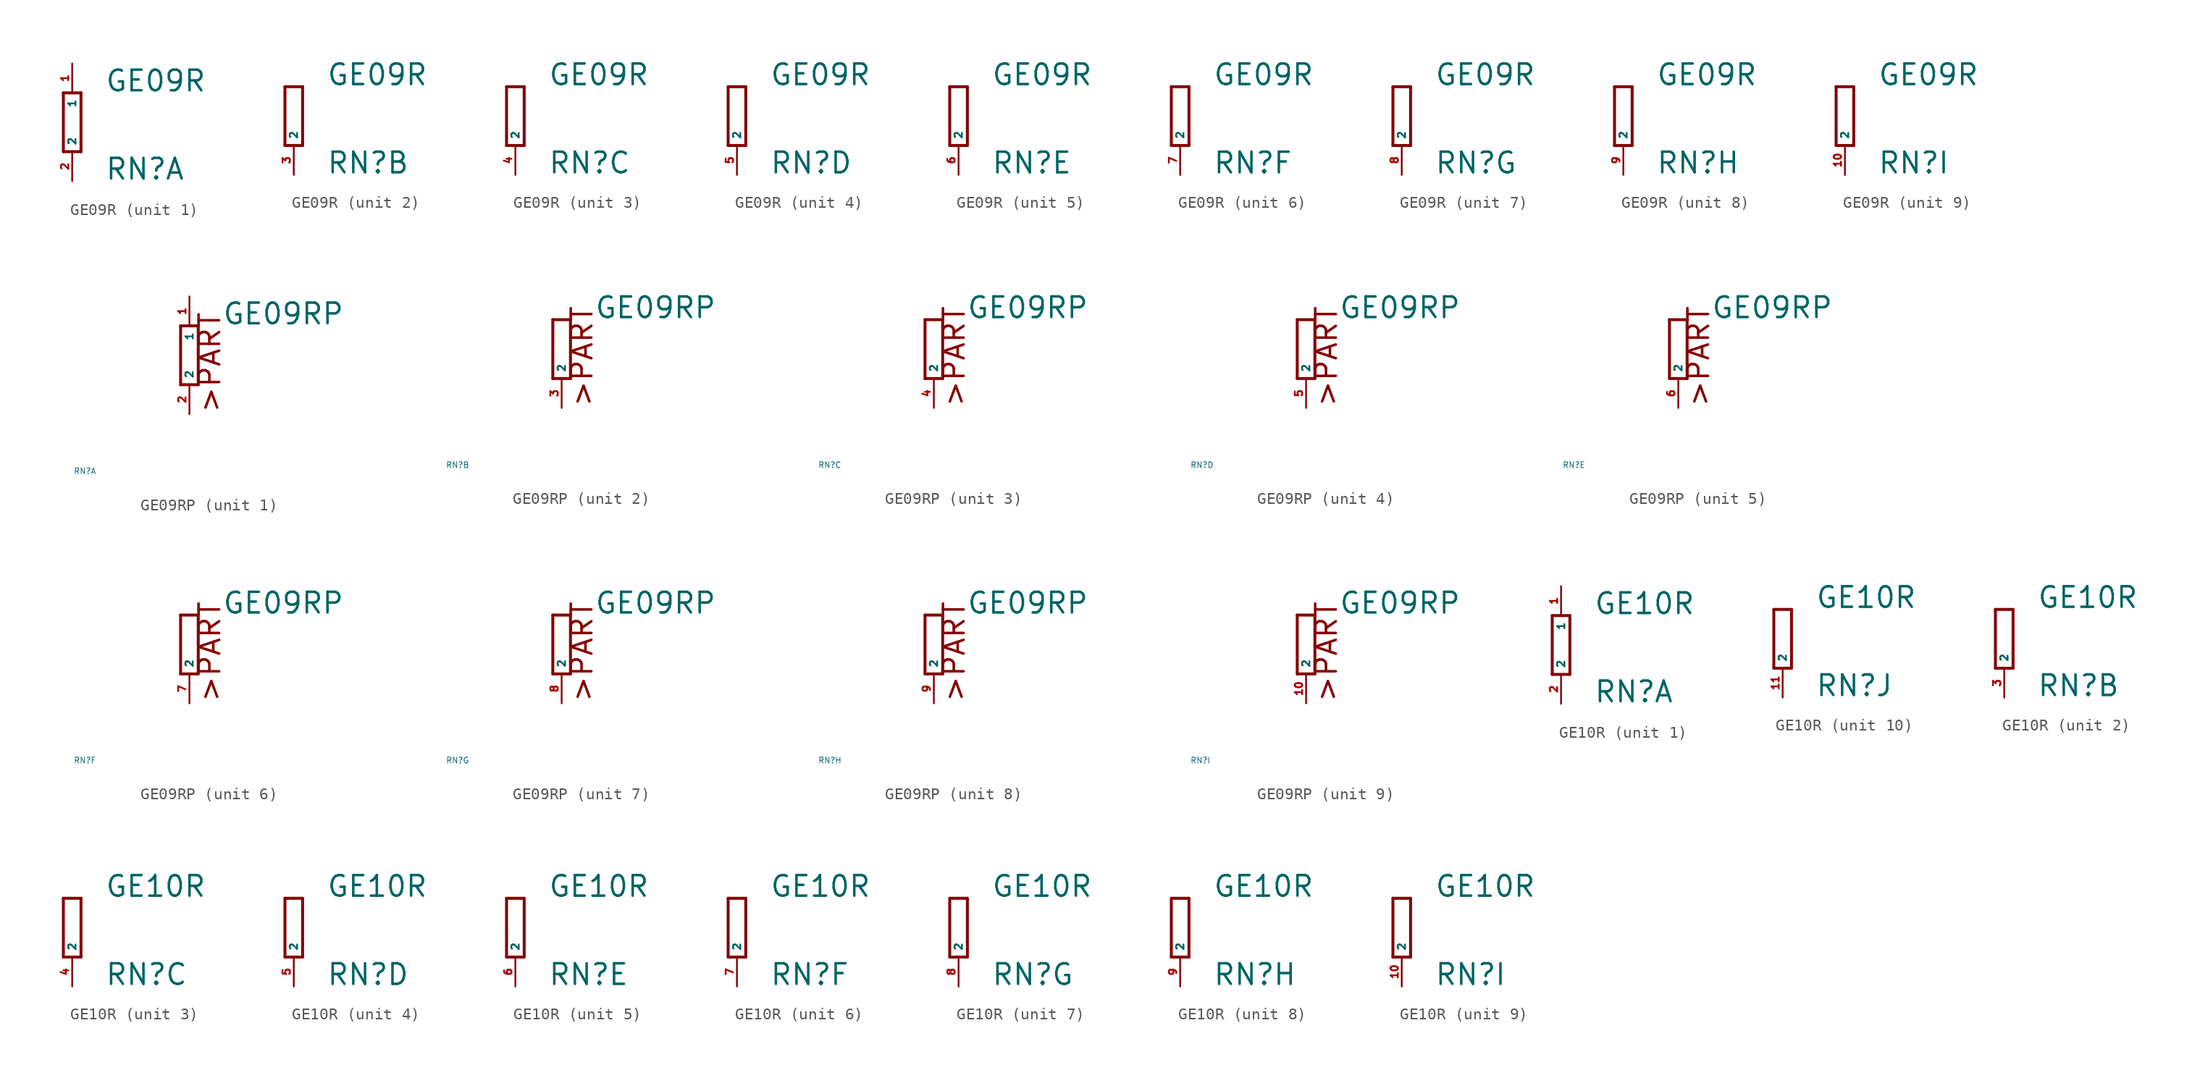
<source format=kicad_sym>
(kicad_symbol_lib
  (version 20220914)
  (generator Eagle2Kicad)
  (symbol "GE09R"
    (property "Reference" "RN"
      (at 2.794 -5.08 0)
      (effects (font (size 1.778 1.778) (thickness 0.22)) (justify left bottom)))
    (property "Value" "GE09R"
      (at 2.794 2.54 0)
      (effects (font (size 1.778 1.778) (thickness 0.22)) (justify left bottom)))
    (symbol "GE09R_1_0"
      (polyline (pts (xy 0.762 -2.54) (xy 0.762 2.54)) (stroke (width 0.254) (type default)) (fill (type none)))
      (polyline (pts (xy -0.762 2.54) (xy -0.762 -2.54)) (stroke (width 0.254) (type default)) (fill (type none)))
      (polyline (pts (xy 0.762 2.54) (xy -0.762 2.54)) (stroke (width 0.254) (type default)) (fill (type none)))
      (polyline (pts (xy -0.762 -2.54) (xy 0.762 -2.54)) (stroke (width 0.254) (type default)) (fill (type none)))
      (pin passive line (at 0 5.08 270) (length 2.54) (name "1" (effects (font (size 0.635 0.635) (thickness 0.08)) (justify left bottom))) (number "1" (effects (font (size 0.635 0.635) (thickness 0.08)) (justify left bottom))))
      (pin passive line (at 0 -5.08 90) (length 2.54) (name "2" (effects (font (size 0.635 0.635) (thickness 0.08)) (justify left bottom))) (number "2" (effects (font (size 0.635 0.635) (thickness 0.08)) (justify left bottom)))))
    (symbol "GE09R_2_0"
      (polyline (pts (xy -0.762 2.54) (xy -0.762 -2.54)) (stroke (width 0.254) (type default)) (fill (type none)))
      (polyline (pts (xy 0.762 -2.54) (xy 0.762 2.54)) (stroke (width 0.254) (type default)) (fill (type none)))
      (polyline (pts (xy -0.762 -2.54) (xy 0.762 -2.54)) (stroke (width 0.254) (type default)) (fill (type none)))
      (polyline (pts (xy 0.762 2.54) (xy -0.762 2.54)) (stroke (width 0.254) (type default)) (fill (type none)))
      (pin passive line (at 0 -5.08 90) (length 2.54) (name "2" (effects (font (size 0.635 0.635) (thickness 0.08)) (justify left bottom))) (number "3" (effects (font (size 0.635 0.635) (thickness 0.08)) (justify left bottom)))))
    (symbol "GE09R_3_0"
      (polyline (pts (xy -0.762 2.54) (xy -0.762 -2.54)) (stroke (width 0.254) (type default)) (fill (type none)))
      (polyline (pts (xy 0.762 -2.54) (xy 0.762 2.54)) (stroke (width 0.254) (type default)) (fill (type none)))
      (polyline (pts (xy -0.762 -2.54) (xy 0.762 -2.54)) (stroke (width 0.254) (type default)) (fill (type none)))
      (polyline (pts (xy 0.762 2.54) (xy -0.762 2.54)) (stroke (width 0.254) (type default)) (fill (type none)))
      (pin passive line (at 0 -5.08 90) (length 2.54) (name "2" (effects (font (size 0.635 0.635) (thickness 0.08)) (justify left bottom))) (number "4" (effects (font (size 0.635 0.635) (thickness 0.08)) (justify left bottom)))))
    (symbol "GE09R_4_0"
      (polyline (pts (xy -0.762 2.54) (xy -0.762 -2.54)) (stroke (width 0.254) (type default)) (fill (type none)))
      (polyline (pts (xy 0.762 -2.54) (xy 0.762 2.54)) (stroke (width 0.254) (type default)) (fill (type none)))
      (polyline (pts (xy -0.762 -2.54) (xy 0.762 -2.54)) (stroke (width 0.254) (type default)) (fill (type none)))
      (polyline (pts (xy 0.762 2.54) (xy -0.762 2.54)) (stroke (width 0.254) (type default)) (fill (type none)))
      (pin passive line (at 0 -5.08 90) (length 2.54) (name "2" (effects (font (size 0.635 0.635) (thickness 0.08)) (justify left bottom))) (number "5" (effects (font (size 0.635 0.635) (thickness 0.08)) (justify left bottom)))))
    (symbol "GE09R_5_0"
      (polyline (pts (xy -0.762 2.54) (xy -0.762 -2.54)) (stroke (width 0.254) (type default)) (fill (type none)))
      (polyline (pts (xy 0.762 -2.54) (xy 0.762 2.54)) (stroke (width 0.254) (type default)) (fill (type none)))
      (polyline (pts (xy -0.762 -2.54) (xy 0.762 -2.54)) (stroke (width 0.254) (type default)) (fill (type none)))
      (polyline (pts (xy 0.762 2.54) (xy -0.762 2.54)) (stroke (width 0.254) (type default)) (fill (type none)))
      (pin passive line (at 0 -5.08 90) (length 2.54) (name "2" (effects (font (size 0.635 0.635) (thickness 0.08)) (justify left bottom))) (number "6" (effects (font (size 0.635 0.635) (thickness 0.08)) (justify left bottom)))))
    (symbol "GE09R_6_0"
      (polyline (pts (xy -0.762 2.54) (xy -0.762 -2.54)) (stroke (width 0.254) (type default)) (fill (type none)))
      (polyline (pts (xy 0.762 -2.54) (xy 0.762 2.54)) (stroke (width 0.254) (type default)) (fill (type none)))
      (polyline (pts (xy -0.762 -2.54) (xy 0.762 -2.54)) (stroke (width 0.254) (type default)) (fill (type none)))
      (polyline (pts (xy 0.762 2.54) (xy -0.762 2.54)) (stroke (width 0.254) (type default)) (fill (type none)))
      (pin passive line (at 0 -5.08 90) (length 2.54) (name "2" (effects (font (size 0.635 0.635) (thickness 0.08)) (justify left bottom))) (number "7" (effects (font (size 0.635 0.635) (thickness 0.08)) (justify left bottom)))))
    (symbol "GE09R_7_0"
      (polyline (pts (xy -0.762 2.54) (xy -0.762 -2.54)) (stroke (width 0.254) (type default)) (fill (type none)))
      (polyline (pts (xy 0.762 -2.54) (xy 0.762 2.54)) (stroke (width 0.254) (type default)) (fill (type none)))
      (polyline (pts (xy -0.762 -2.54) (xy 0.762 -2.54)) (stroke (width 0.254) (type default)) (fill (type none)))
      (polyline (pts (xy 0.762 2.54) (xy -0.762 2.54)) (stroke (width 0.254) (type default)) (fill (type none)))
      (pin passive line (at 0 -5.08 90) (length 2.54) (name "2" (effects (font (size 0.635 0.635) (thickness 0.08)) (justify left bottom))) (number "8" (effects (font (size 0.635 0.635) (thickness 0.08)) (justify left bottom)))))
    (symbol "GE09R_8_0"
      (polyline (pts (xy -0.762 2.54) (xy -0.762 -2.54)) (stroke (width 0.254) (type default)) (fill (type none)))
      (polyline (pts (xy 0.762 -2.54) (xy 0.762 2.54)) (stroke (width 0.254) (type default)) (fill (type none)))
      (polyline (pts (xy -0.762 -2.54) (xy 0.762 -2.54)) (stroke (width 0.254) (type default)) (fill (type none)))
      (polyline (pts (xy 0.762 2.54) (xy -0.762 2.54)) (stroke (width 0.254) (type default)) (fill (type none)))
      (pin passive line (at 0 -5.08 90) (length 2.54) (name "2" (effects (font (size 0.635 0.635) (thickness 0.08)) (justify left bottom))) (number "9" (effects (font (size 0.635 0.635) (thickness 0.08)) (justify left bottom)))))
    (symbol "GE09R_9_0"
      (polyline (pts (xy -0.762 2.54) (xy -0.762 -2.54)) (stroke (width 0.254) (type default)) (fill (type none)))
      (polyline (pts (xy 0.762 -2.54) (xy 0.762 2.54)) (stroke (width 0.254) (type default)) (fill (type none)))
      (polyline (pts (xy -0.762 -2.54) (xy 0.762 -2.54)) (stroke (width 0.254) (type default)) (fill (type none)))
      (polyline (pts (xy 0.762 2.54) (xy -0.762 2.54)) (stroke (width 0.254) (type default)) (fill (type none)))
      (pin passive line (at 0 -5.08 90) (length 2.54) (name "2" (effects (font (size 0.635 0.635) (thickness 0.08)) (justify left bottom))) (number "10" (effects (font (size 0.635 0.635) (thickness 0.08)) (justify left bottom))))))
  (symbol "GE09RP"
    (property "Reference" "RN"
      (at -10 -10 0)
      (effects (font (size 0.5 0.5) (thickness 0.06)) (justify left)))
    (property "Value" "GE09RP"
      (at 2.794 2.54 0)
      (effects (font (size 1.778 1.778) (thickness 0.22)) (justify left bottom)))
    (symbol "GE09RP_1_0"
      (polyline (pts (xy 0.762 -2.54) (xy 0.762 2.54)) (stroke (width 0.254) (type default)) (fill (type none)))
      (polyline (pts (xy -0.762 2.54) (xy -0.762 -2.54)) (stroke (width 0.254) (type default)) (fill (type none)))
      (polyline (pts (xy 0.762 2.54) (xy -0.762 2.54)) (stroke (width 0.254) (type default)) (fill (type none)))
      (polyline (pts (xy -0.762 -2.54) (xy 0.762 -2.54)) (stroke (width 0.254) (type default)) (fill (type none)))
      (text ">PART" (at 2.794 -5.08 900) (effects (font (size 1.778 1.778) (thickness 0.22)) (justify left bottom)))
      (pin passive line (at 0 5.08 270) (length 2.54) (name "1" (effects (font (size 0.635 0.635) (thickness 0.08)) (justify left bottom))) (number "1" (effects (font (size 0.635 0.635) (thickness 0.08)) (justify left bottom))))
      (pin passive line (at 0 -5.08 90) (length 2.54) (name "2" (effects (font (size 0.635 0.635) (thickness 0.08)) (justify left bottom))) (number "2" (effects (font (size 0.635 0.635) (thickness 0.08)) (justify left bottom)))))
    (symbol "GE09RP_2_0"
      (polyline (pts (xy -0.762 2.54) (xy -0.762 -2.54)) (stroke (width 0.254) (type default)) (fill (type none)))
      (polyline (pts (xy 0.762 -2.54) (xy 0.762 2.54)) (stroke (width 0.254) (type default)) (fill (type none)))
      (polyline (pts (xy -0.762 -2.54) (xy 0.762 -2.54)) (stroke (width 0.254) (type default)) (fill (type none)))
      (polyline (pts (xy 0.762 2.54) (xy -0.762 2.54)) (stroke (width 0.254) (type default)) (fill (type none)))
      (text ">PART" (at 2.794 -5.08 900) (effects (font (size 1.778 1.778) (thickness 0.22)) (justify left bottom)))
      (pin passive line (at 0 -5.08 90) (length 2.54) (name "2" (effects (font (size 0.635 0.635) (thickness 0.08)) (justify left bottom))) (number "3" (effects (font (size 0.635 0.635) (thickness 0.08)) (justify left bottom)))))
    (symbol "GE09RP_3_0"
      (polyline (pts (xy -0.762 2.54) (xy -0.762 -2.54)) (stroke (width 0.254) (type default)) (fill (type none)))
      (polyline (pts (xy 0.762 -2.54) (xy 0.762 2.54)) (stroke (width 0.254) (type default)) (fill (type none)))
      (polyline (pts (xy -0.762 -2.54) (xy 0.762 -2.54)) (stroke (width 0.254) (type default)) (fill (type none)))
      (polyline (pts (xy 0.762 2.54) (xy -0.762 2.54)) (stroke (width 0.254) (type default)) (fill (type none)))
      (text ">PART" (at 2.794 -5.08 900) (effects (font (size 1.778 1.778) (thickness 0.22)) (justify left bottom)))
      (pin passive line (at 0 -5.08 90) (length 2.54) (name "2" (effects (font (size 0.635 0.635) (thickness 0.08)) (justify left bottom))) (number "4" (effects (font (size 0.635 0.635) (thickness 0.08)) (justify left bottom)))))
    (symbol "GE09RP_4_0"
      (polyline (pts (xy -0.762 2.54) (xy -0.762 -2.54)) (stroke (width 0.254) (type default)) (fill (type none)))
      (polyline (pts (xy 0.762 -2.54) (xy 0.762 2.54)) (stroke (width 0.254) (type default)) (fill (type none)))
      (polyline (pts (xy -0.762 -2.54) (xy 0.762 -2.54)) (stroke (width 0.254) (type default)) (fill (type none)))
      (polyline (pts (xy 0.762 2.54) (xy -0.762 2.54)) (stroke (width 0.254) (type default)) (fill (type none)))
      (text ">PART" (at 2.794 -5.08 900) (effects (font (size 1.778 1.778) (thickness 0.22)) (justify left bottom)))
      (pin passive line (at 0 -5.08 90) (length 2.54) (name "2" (effects (font (size 0.635 0.635) (thickness 0.08)) (justify left bottom))) (number "5" (effects (font (size 0.635 0.635) (thickness 0.08)) (justify left bottom)))))
    (symbol "GE09RP_5_0"
      (polyline (pts (xy -0.762 2.54) (xy -0.762 -2.54)) (stroke (width 0.254) (type default)) (fill (type none)))
      (polyline (pts (xy 0.762 -2.54) (xy 0.762 2.54)) (stroke (width 0.254) (type default)) (fill (type none)))
      (polyline (pts (xy -0.762 -2.54) (xy 0.762 -2.54)) (stroke (width 0.254) (type default)) (fill (type none)))
      (polyline (pts (xy 0.762 2.54) (xy -0.762 2.54)) (stroke (width 0.254) (type default)) (fill (type none)))
      (text ">PART" (at 2.794 -5.08 900) (effects (font (size 1.778 1.778) (thickness 0.22)) (justify left bottom)))
      (pin passive line (at 0 -5.08 90) (length 2.54) (name "2" (effects (font (size 0.635 0.635) (thickness 0.08)) (justify left bottom))) (number "6" (effects (font (size 0.635 0.635) (thickness 0.08)) (justify left bottom)))))
    (symbol "GE09RP_6_0"
      (polyline (pts (xy -0.762 2.54) (xy -0.762 -2.54)) (stroke (width 0.254) (type default)) (fill (type none)))
      (polyline (pts (xy 0.762 -2.54) (xy 0.762 2.54)) (stroke (width 0.254) (type default)) (fill (type none)))
      (polyline (pts (xy -0.762 -2.54) (xy 0.762 -2.54)) (stroke (width 0.254) (type default)) (fill (type none)))
      (polyline (pts (xy 0.762 2.54) (xy -0.762 2.54)) (stroke (width 0.254) (type default)) (fill (type none)))
      (text ">PART" (at 2.794 -5.08 900) (effects (font (size 1.778 1.778) (thickness 0.22)) (justify left bottom)))
      (pin passive line (at 0 -5.08 90) (length 2.54) (name "2" (effects (font (size 0.635 0.635) (thickness 0.08)) (justify left bottom))) (number "7" (effects (font (size 0.635 0.635) (thickness 0.08)) (justify left bottom)))))
    (symbol "GE09RP_7_0"
      (polyline (pts (xy -0.762 2.54) (xy -0.762 -2.54)) (stroke (width 0.254) (type default)) (fill (type none)))
      (polyline (pts (xy 0.762 -2.54) (xy 0.762 2.54)) (stroke (width 0.254) (type default)) (fill (type none)))
      (polyline (pts (xy -0.762 -2.54) (xy 0.762 -2.54)) (stroke (width 0.254) (type default)) (fill (type none)))
      (polyline (pts (xy 0.762 2.54) (xy -0.762 2.54)) (stroke (width 0.254) (type default)) (fill (type none)))
      (text ">PART" (at 2.794 -5.08 900) (effects (font (size 1.778 1.778) (thickness 0.22)) (justify left bottom)))
      (pin passive line (at 0 -5.08 90) (length 2.54) (name "2" (effects (font (size 0.635 0.635) (thickness 0.08)) (justify left bottom))) (number "8" (effects (font (size 0.635 0.635) (thickness 0.08)) (justify left bottom)))))
    (symbol "GE09RP_8_0"
      (polyline (pts (xy -0.762 2.54) (xy -0.762 -2.54)) (stroke (width 0.254) (type default)) (fill (type none)))
      (polyline (pts (xy 0.762 -2.54) (xy 0.762 2.54)) (stroke (width 0.254) (type default)) (fill (type none)))
      (polyline (pts (xy -0.762 -2.54) (xy 0.762 -2.54)) (stroke (width 0.254) (type default)) (fill (type none)))
      (polyline (pts (xy 0.762 2.54) (xy -0.762 2.54)) (stroke (width 0.254) (type default)) (fill (type none)))
      (text ">PART" (at 2.794 -5.08 900) (effects (font (size 1.778 1.778) (thickness 0.22)) (justify left bottom)))
      (pin passive line (at 0 -5.08 90) (length 2.54) (name "2" (effects (font (size 0.635 0.635) (thickness 0.08)) (justify left bottom))) (number "9" (effects (font (size 0.635 0.635) (thickness 0.08)) (justify left bottom)))))
    (symbol "GE09RP_9_0"
      (polyline (pts (xy -0.762 2.54) (xy -0.762 -2.54)) (stroke (width 0.254) (type default)) (fill (type none)))
      (polyline (pts (xy 0.762 -2.54) (xy 0.762 2.54)) (stroke (width 0.254) (type default)) (fill (type none)))
      (polyline (pts (xy -0.762 -2.54) (xy 0.762 -2.54)) (stroke (width 0.254) (type default)) (fill (type none)))
      (polyline (pts (xy 0.762 2.54) (xy -0.762 2.54)) (stroke (width 0.254) (type default)) (fill (type none)))
      (text ">PART" (at 2.794 -5.08 900) (effects (font (size 1.778 1.778) (thickness 0.22)) (justify left bottom)))
      (pin passive line (at 0 -5.08 90) (length 2.54) (name "2" (effects (font (size 0.635 0.635) (thickness 0.08)) (justify left bottom))) (number "10" (effects (font (size 0.635 0.635) (thickness 0.08)) (justify left bottom))))))
  (symbol "GE10R"
    (property "Reference" "RN"
      (at 2.794 -5.08 0)
      (effects (font (size 1.778 1.778) (thickness 0.22)) (justify left bottom)))
    (property "Value" "GE10R"
      (at 2.794 2.54 0)
      (effects (font (size 1.778 1.778) (thickness 0.22)) (justify left bottom)))
    (symbol "GE10R_1_0"
      (polyline (pts (xy 0.762 -2.54) (xy 0.762 2.54)) (stroke (width 0.254) (type default)) (fill (type none)))
      (polyline (pts (xy -0.762 2.54) (xy -0.762 -2.54)) (stroke (width 0.254) (type default)) (fill (type none)))
      (polyline (pts (xy 0.762 2.54) (xy -0.762 2.54)) (stroke (width 0.254) (type default)) (fill (type none)))
      (polyline (pts (xy -0.762 -2.54) (xy 0.762 -2.54)) (stroke (width 0.254) (type default)) (fill (type none)))
      (pin passive line (at 0 5.08 270) (length 2.54) (name "1" (effects (font (size 0.635 0.635) (thickness 0.08)) (justify left bottom))) (number "1" (effects (font (size 0.635 0.635) (thickness 0.08)) (justify left bottom))))
      (pin passive line (at 0 -5.08 90) (length 2.54) (name "2" (effects (font (size 0.635 0.635) (thickness 0.08)) (justify left bottom))) (number "2" (effects (font (size 0.635 0.635) (thickness 0.08)) (justify left bottom)))))
    (symbol "GE10R_2_0"
      (polyline (pts (xy -0.762 2.54) (xy -0.762 -2.54)) (stroke (width 0.254) (type default)) (fill (type none)))
      (polyline (pts (xy 0.762 -2.54) (xy 0.762 2.54)) (stroke (width 0.254) (type default)) (fill (type none)))
      (polyline (pts (xy -0.762 -2.54) (xy 0.762 -2.54)) (stroke (width 0.254) (type default)) (fill (type none)))
      (polyline (pts (xy 0.762 2.54) (xy -0.762 2.54)) (stroke (width 0.254) (type default)) (fill (type none)))
      (pin passive line (at 0 -5.08 90) (length 2.54) (name "2" (effects (font (size 0.635 0.635) (thickness 0.08)) (justify left bottom))) (number "3" (effects (font (size 0.635 0.635) (thickness 0.08)) (justify left bottom)))))
    (symbol "GE10R_3_0"
      (polyline (pts (xy -0.762 2.54) (xy -0.762 -2.54)) (stroke (width 0.254) (type default)) (fill (type none)))
      (polyline (pts (xy 0.762 -2.54) (xy 0.762 2.54)) (stroke (width 0.254) (type default)) (fill (type none)))
      (polyline (pts (xy -0.762 -2.54) (xy 0.762 -2.54)) (stroke (width 0.254) (type default)) (fill (type none)))
      (polyline (pts (xy 0.762 2.54) (xy -0.762 2.54)) (stroke (width 0.254) (type default)) (fill (type none)))
      (pin passive line (at 0 -5.08 90) (length 2.54) (name "2" (effects (font (size 0.635 0.635) (thickness 0.08)) (justify left bottom))) (number "4" (effects (font (size 0.635 0.635) (thickness 0.08)) (justify left bottom)))))
    (symbol "GE10R_4_0"
      (polyline (pts (xy -0.762 2.54) (xy -0.762 -2.54)) (stroke (width 0.254) (type default)) (fill (type none)))
      (polyline (pts (xy 0.762 -2.54) (xy 0.762 2.54)) (stroke (width 0.254) (type default)) (fill (type none)))
      (polyline (pts (xy -0.762 -2.54) (xy 0.762 -2.54)) (stroke (width 0.254) (type default)) (fill (type none)))
      (polyline (pts (xy 0.762 2.54) (xy -0.762 2.54)) (stroke (width 0.254) (type default)) (fill (type none)))
      (pin passive line (at 0 -5.08 90) (length 2.54) (name "2" (effects (font (size 0.635 0.635) (thickness 0.08)) (justify left bottom))) (number "5" (effects (font (size 0.635 0.635) (thickness 0.08)) (justify left bottom)))))
    (symbol "GE10R_5_0"
      (polyline (pts (xy -0.762 2.54) (xy -0.762 -2.54)) (stroke (width 0.254) (type default)) (fill (type none)))
      (polyline (pts (xy 0.762 -2.54) (xy 0.762 2.54)) (stroke (width 0.254) (type default)) (fill (type none)))
      (polyline (pts (xy -0.762 -2.54) (xy 0.762 -2.54)) (stroke (width 0.254) (type default)) (fill (type none)))
      (polyline (pts (xy 0.762 2.54) (xy -0.762 2.54)) (stroke (width 0.254) (type default)) (fill (type none)))
      (pin passive line (at 0 -5.08 90) (length 2.54) (name "2" (effects (font (size 0.635 0.635) (thickness 0.08)) (justify left bottom))) (number "6" (effects (font (size 0.635 0.635) (thickness 0.08)) (justify left bottom)))))
    (symbol "GE10R_6_0"
      (polyline (pts (xy -0.762 2.54) (xy -0.762 -2.54)) (stroke (width 0.254) (type default)) (fill (type none)))
      (polyline (pts (xy 0.762 -2.54) (xy 0.762 2.54)) (stroke (width 0.254) (type default)) (fill (type none)))
      (polyline (pts (xy -0.762 -2.54) (xy 0.762 -2.54)) (stroke (width 0.254) (type default)) (fill (type none)))
      (polyline (pts (xy 0.762 2.54) (xy -0.762 2.54)) (stroke (width 0.254) (type default)) (fill (type none)))
      (pin passive line (at 0 -5.08 90) (length 2.54) (name "2" (effects (font (size 0.635 0.635) (thickness 0.08)) (justify left bottom))) (number "7" (effects (font (size 0.635 0.635) (thickness 0.08)) (justify left bottom)))))
    (symbol "GE10R_7_0"
      (polyline (pts (xy -0.762 2.54) (xy -0.762 -2.54)) (stroke (width 0.254) (type default)) (fill (type none)))
      (polyline (pts (xy 0.762 -2.54) (xy 0.762 2.54)) (stroke (width 0.254) (type default)) (fill (type none)))
      (polyline (pts (xy -0.762 -2.54) (xy 0.762 -2.54)) (stroke (width 0.254) (type default)) (fill (type none)))
      (polyline (pts (xy 0.762 2.54) (xy -0.762 2.54)) (stroke (width 0.254) (type default)) (fill (type none)))
      (pin passive line (at 0 -5.08 90) (length 2.54) (name "2" (effects (font (size 0.635 0.635) (thickness 0.08)) (justify left bottom))) (number "8" (effects (font (size 0.635 0.635) (thickness 0.08)) (justify left bottom)))))
    (symbol "GE10R_8_0"
      (polyline (pts (xy -0.762 2.54) (xy -0.762 -2.54)) (stroke (width 0.254) (type default)) (fill (type none)))
      (polyline (pts (xy 0.762 -2.54) (xy 0.762 2.54)) (stroke (width 0.254) (type default)) (fill (type none)))
      (polyline (pts (xy -0.762 -2.54) (xy 0.762 -2.54)) (stroke (width 0.254) (type default)) (fill (type none)))
      (polyline (pts (xy 0.762 2.54) (xy -0.762 2.54)) (stroke (width 0.254) (type default)) (fill (type none)))
      (pin passive line (at 0 -5.08 90) (length 2.54) (name "2" (effects (font (size 0.635 0.635) (thickness 0.08)) (justify left bottom))) (number "9" (effects (font (size 0.635 0.635) (thickness 0.08)) (justify left bottom)))))
    (symbol "GE10R_9_0"
      (polyline (pts (xy -0.762 2.54) (xy -0.762 -2.54)) (stroke (width 0.254) (type default)) (fill (type none)))
      (polyline (pts (xy 0.762 -2.54) (xy 0.762 2.54)) (stroke (width 0.254) (type default)) (fill (type none)))
      (polyline (pts (xy -0.762 -2.54) (xy 0.762 -2.54)) (stroke (width 0.254) (type default)) (fill (type none)))
      (polyline (pts (xy 0.762 2.54) (xy -0.762 2.54)) (stroke (width 0.254) (type default)) (fill (type none)))
      (pin passive line (at 0 -5.08 90) (length 2.54) (name "2" (effects (font (size 0.635 0.635) (thickness 0.08)) (justify left bottom))) (number "10" (effects (font (size 0.635 0.635) (thickness 0.08)) (justify left bottom)))))
    (symbol "GE10R_10_0"
      (polyline (pts (xy -0.762 2.54) (xy -0.762 -2.54)) (stroke (width 0.254) (type default)) (fill (type none)))
      (polyline (pts (xy 0.762 -2.54) (xy 0.762 2.54)) (stroke (width 0.254) (type default)) (fill (type none)))
      (polyline (pts (xy -0.762 -2.54) (xy 0.762 -2.54)) (stroke (width 0.254) (type default)) (fill (type none)))
      (polyline (pts (xy 0.762 2.54) (xy -0.762 2.54)) (stroke (width 0.254) (type default)) (fill (type none)))
      (pin passive line (at 0 -5.08 90) (length 2.54) (name "2" (effects (font (size 0.635 0.635) (thickness 0.08)) (justify left bottom))) (number "11" (effects (font (size 0.635 0.635) (thickness 0.08)) (justify left bottom)))))))
</source>
